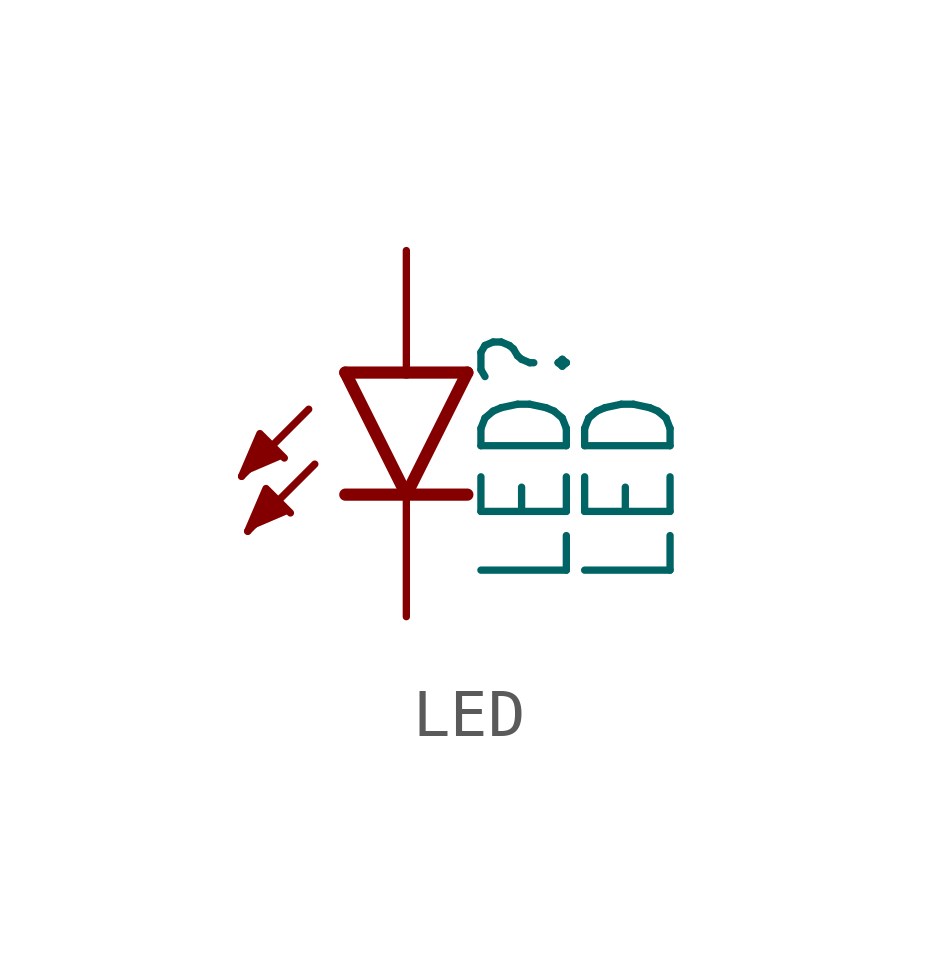
<source format=kicad_sym>
(kicad_symbol_lib
  (version 20211014)
  (generator kicad_symbol_editor)
  (symbol "LED"
    (property "Reference" "LED"
      (at 3.556 -4.572 90)
      (effects (font (size 1.778 1.511)) (justify left bottom)))
    (property "Value" "LED"
      (at 5.715 -4.572 90)
      (effects (font (size 1.778 1.511)) (justify left bottom)))
    (property "ki_locked" ""
      (at 0 0 0)
      (effects (font (size 1.27 1.27))))
    (symbol "LED_1_0"
      (polyline (pts (xy -2.032 -0.762) (xy -3.429 -2.159)) (stroke (width 0.152) (type default)) (fill (type none)))
      (polyline (pts (xy -1.905 -1.905) (xy -3.302 -3.302)) (stroke (width 0.152) (type default)) (fill (type none)))
      (polyline (pts (xy 0 -2.54) (xy -1.27 -2.54)) (stroke (width 0.254) (type default)) (fill (type none)))
      (polyline (pts (xy 0 -2.54) (xy -1.27 0)) (stroke (width 0.254) (type default)) (fill (type none)))
      (polyline (pts (xy 0 0) (xy -1.27 0)) (stroke (width 0.254) (type default)) (fill (type none)))
      (polyline (pts (xy 1.27 -2.54) (xy 0 -2.54)) (stroke (width 0.254) (type default)) (fill (type none)))
      (polyline (pts (xy 1.27 0) (xy 0 -2.54)) (stroke (width 0.254) (type default)) (fill (type none)))
      (polyline (pts (xy 1.27 0) (xy 0 0)) (stroke (width 0.254) (type default)) (fill (type none)))
      (polyline (pts (xy -3.429 -2.159) (xy -3.048 -1.27) (xy -2.54 -1.778)) (stroke (width 0) (type default)) (fill (type outline)))
      (polyline (pts (xy -3.302 -3.302) (xy -2.921 -2.413) (xy -2.413 -2.921)) (stroke (width 0) (type default)) (fill (type outline)))
      (pin passive line (at 0 2.54 270) (length 2.54) (name "A" (effects (font (size 0 0)))) (number "A@1" (effects (font (size 0 0)))))
      (pin passive line (at 0 -5.08 90) (length 2.54) (name "C" (effects (font (size 0 0)))) (number "C@1" (effects (font (size 0 0))))))))
</source>
